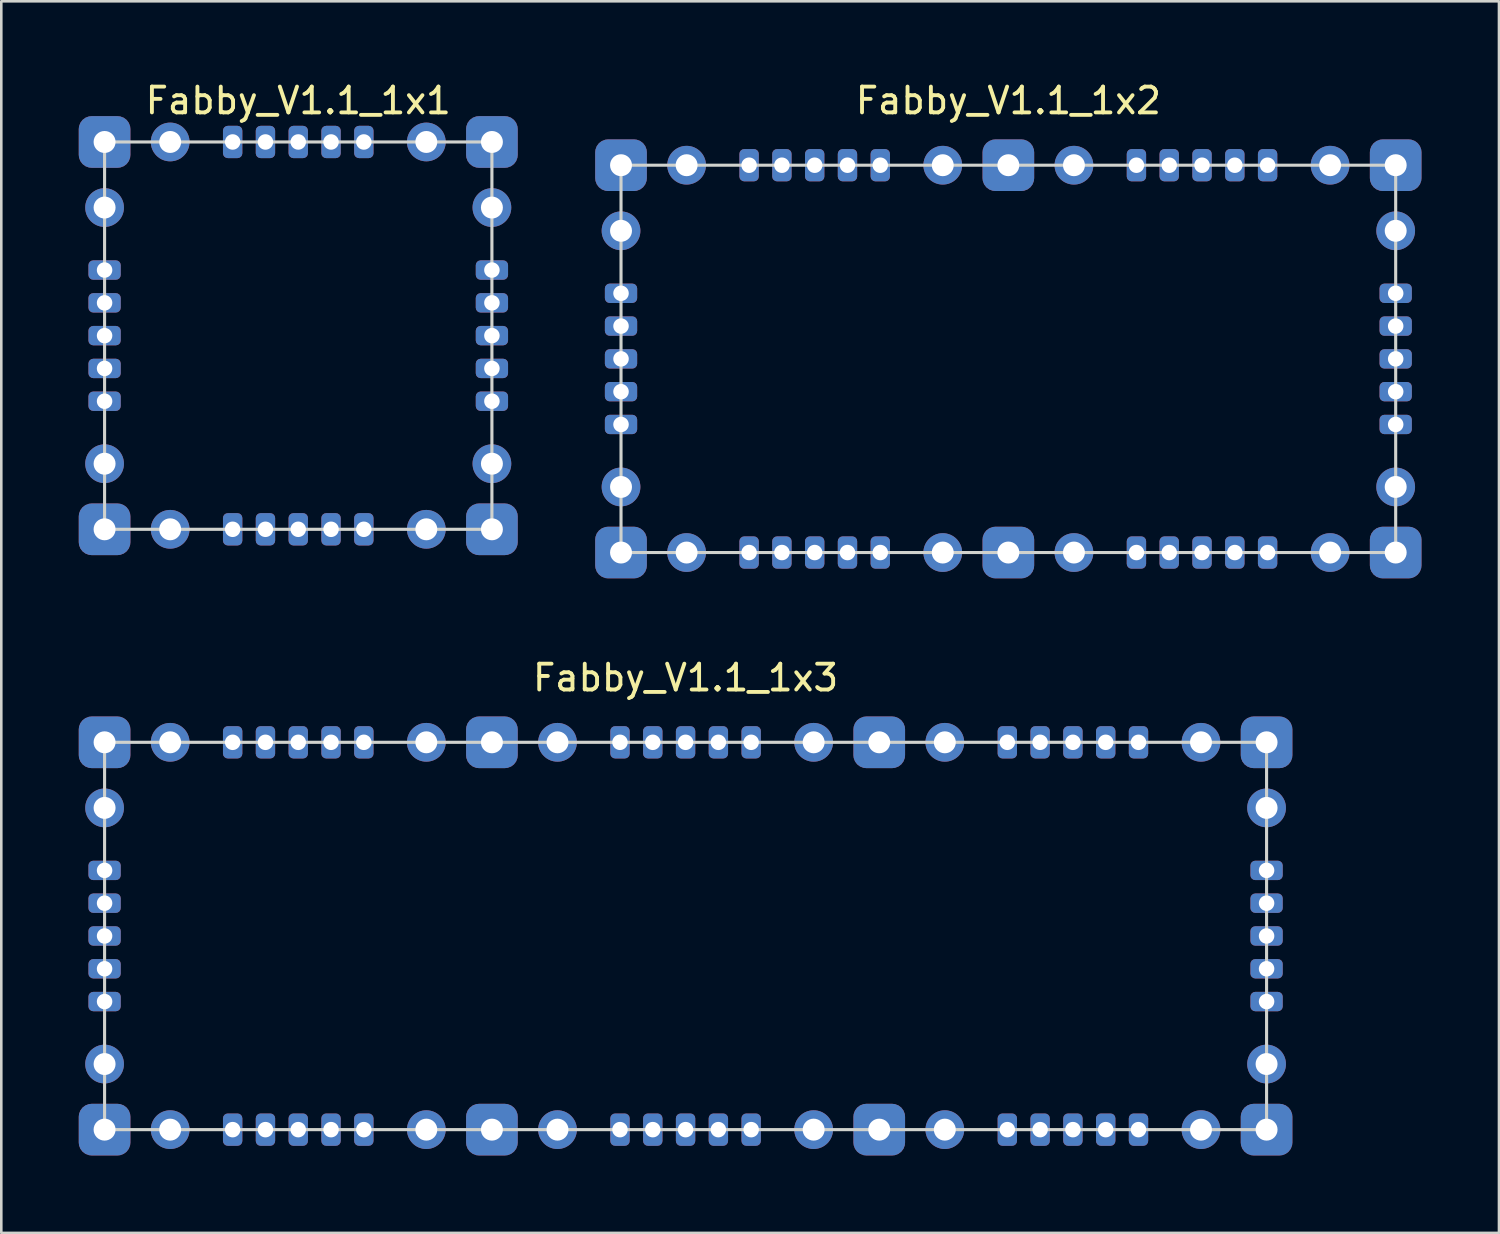
<source format=kicad_pcb>
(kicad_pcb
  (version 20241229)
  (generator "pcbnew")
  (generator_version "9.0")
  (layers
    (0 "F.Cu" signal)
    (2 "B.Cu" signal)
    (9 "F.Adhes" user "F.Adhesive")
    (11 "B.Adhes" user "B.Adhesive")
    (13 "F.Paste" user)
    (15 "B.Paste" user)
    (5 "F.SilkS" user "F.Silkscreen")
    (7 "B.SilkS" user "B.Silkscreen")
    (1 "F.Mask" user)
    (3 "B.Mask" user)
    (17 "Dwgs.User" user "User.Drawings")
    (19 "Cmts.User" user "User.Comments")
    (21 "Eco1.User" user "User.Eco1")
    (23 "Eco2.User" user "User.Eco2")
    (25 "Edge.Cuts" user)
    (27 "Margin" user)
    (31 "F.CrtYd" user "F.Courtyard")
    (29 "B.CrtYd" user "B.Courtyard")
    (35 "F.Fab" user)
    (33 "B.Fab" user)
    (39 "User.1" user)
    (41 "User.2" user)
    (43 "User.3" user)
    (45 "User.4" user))
  (footprint "Fabby_V1.1_1x2"
    (layer "F.Cu")
    (at 36 18.348)
    (property "Reference" "Fabby_V1.1_1x2" (at 0 -17.5 0) (layer "F.SilkS") (effects (font (size 1 1) (thickness 0.15))))
    (attr through_hole)
    (fp_line (start -15 -15) (end 15 -15) (stroke (width 0.12) (type solid)) (layer "Edge.Cuts"))
    (fp_line (start -15 0) (end -15 -15) (stroke (width 0.12) (type solid)) (layer "Edge.Cuts"))
    (fp_line (start 15 -15) (end 15 0) (stroke (width 0.12) (type solid)) (layer "Edge.Cuts"))
    (fp_line (start 15 0) (end -15 0) (stroke (width 0.12) (type solid)) (layer "Edge.Cuts"))
    (pad "1" thru_hole roundrect (at -15 -15 270) (size 2 2) (drill 0.85) (layers "*.Cu" "*.Mask") (roundrect_rratio 0.25))
    (pad "2" thru_hole circle (at -12.46 -15 270) (size 1.5 1.5) (drill 0.85) (layers "*.Cu" "*.Mask"))
    (pad "3" thru_hole circle (at -2.54 -15 270) (size 1.5 1.5) (drill 0.85) (layers "*.Cu" "*.Mask"))
    (pad "4" thru_hole roundrect (at 0 -15 270) (size 2 2) (drill 0.85) (layers "*.Cu" "*.Mask") (roundrect_rratio 0.25))
    (pad "5" thru_hole circle (at 2.54 -15 270) (size 1.5 1.5) (drill 0.85) (layers "*.Cu" "*.Mask"))
    (pad "6" thru_hole circle (at 12.46 -15 270) (size 1.5 1.5) (drill 0.85) (layers "*.Cu" "*.Mask"))
    (pad "7" thru_hole roundrect (at 15 -15 270) (size 2 2) (drill 0.85) (layers "*.Cu" "*.Mask") (roundrect_rratio 0.25))
    (pad "8" thru_hole circle (at 15 -12.46 270) (size 1.5 1.5) (drill 0.85) (layers "*.Cu" "*.Mask"))
    (pad "9" thru_hole circle (at 15 -2.54 270) (size 1.5 1.5) (drill 0.85) (layers "*.Cu" "*.Mask"))
    (pad "10" thru_hole roundrect (at 15 0 270) (size 2 2) (drill 0.85) (layers "*.Cu" "*.Mask") (roundrect_rratio 0.25))
    (pad "11" thru_hole circle (at 12.46 0 270) (size 1.5 1.5) (drill 0.85) (layers "*.Cu" "*.Mask"))
    (pad "12" thru_hole circle (at 2.54 0 270) (size 1.5 1.5) (drill 0.85) (layers "*.Cu" "*.Mask"))
    (pad "13" thru_hole roundrect (at 0 0 270) (size 2 2) (drill 0.85) (layers "*.Cu" "*.Mask") (roundrect_rratio 0.25))
    (pad "14" thru_hole circle (at -2.54 0 270) (size 1.5 1.5) (drill 0.85) (layers "*.Cu" "*.Mask"))
    (pad "15" thru_hole circle (at -12.46 0 270) (size 1.5 1.5) (drill 0.85) (layers "*.Cu" "*.Mask"))
    (pad "16" thru_hole roundrect (at -15 0 270) (size 2 2) (drill 0.85) (layers "*.Cu" "*.Mask") (roundrect_rratio 0.25))
    (pad "17" thru_hole circle (at -15 -2.54 270) (size 1.5 1.5) (drill 0.85) (layers "*.Cu" "*.Mask"))
    (pad "18" thru_hole circle (at -15 -12.46 270) (size 1.5 1.5) (drill 0.85) (layers "*.Cu" "*.Mask"))
    (pad "19" thru_hole roundrect (at -10.04 -15 90) (size 1.25 0.75) (drill 0.6) (layers "*.Cu" "*.Mask") (roundrect_rratio 0.25))
    (pad "20" thru_hole roundrect (at -8.77 -15 90) (size 1.25 0.75) (drill 0.6) (layers "*.Cu" "*.Mask") (roundrect_rratio 0.25))
    (pad "21" thru_hole roundrect (at -7.5 -15 90) (size 1.25 0.75) (drill 0.6) (layers "*.Cu" "*.Mask") (roundrect_rratio 0.25))
    (pad "22" thru_hole roundrect (at -6.23 -15 90) (size 1.25 0.75) (drill 0.6) (layers "*.Cu" "*.Mask") (roundrect_rratio 0.25))
    (pad "23" thru_hole roundrect (at -4.96 -15 90) (size 1.25 0.75) (drill 0.6) (layers "*.Cu" "*.Mask") (roundrect_rratio 0.25))
    (pad "24" thru_hole roundrect (at 4.96 -15 90) (size 1.25 0.75) (drill 0.6) (layers "*.Cu" "*.Mask") (roundrect_rratio 0.25))
    (pad "25" thru_hole roundrect (at 6.23 -15 90) (size 1.25 0.75) (drill 0.6) (layers "*.Cu" "*.Mask") (roundrect_rratio 0.25))
    (pad "26" thru_hole roundrect (at 7.5 -15 90) (size 1.25 0.75) (drill 0.6) (layers "*.Cu" "*.Mask") (roundrect_rratio 0.25))
    (pad "27" thru_hole roundrect (at 8.77 -15 90) (size 1.25 0.75) (drill 0.6) (layers "*.Cu" "*.Mask") (roundrect_rratio 0.25))
    (pad "28" thru_hole roundrect (at 10.04 -15 90) (size 1.25 0.75) (drill 0.6) (layers "*.Cu" "*.Mask") (roundrect_rratio 0.25))
    (pad "29" thru_hole roundrect (at 15 -10.04) (size 1.25 0.75) (drill 0.6) (layers "*.Cu" "*.Mask") (roundrect_rratio 0.25))
    (pad "30" thru_hole roundrect (at 15 -8.77) (size 1.25 0.75) (drill 0.6) (layers "*.Cu" "*.Mask") (roundrect_rratio 0.25))
    (pad "31" thru_hole roundrect (at 15 -7.5) (size 1.25 0.75) (drill 0.6) (layers "*.Cu" "*.Mask") (roundrect_rratio 0.25))
    (pad "32" thru_hole roundrect (at 15 -6.23) (size 1.25 0.75) (drill 0.6) (layers "*.Cu" "*.Mask") (roundrect_rratio 0.25))
    (pad "33" thru_hole roundrect (at 15 -4.96) (size 1.25 0.75) (drill 0.6) (layers "*.Cu" "*.Mask") (roundrect_rratio 0.25))
    (pad "34" thru_hole roundrect (at 10.04 0 270) (size 1.25 0.75) (drill 0.6) (layers "*.Cu" "*.Mask") (roundrect_rratio 0.25))
    (pad "35" thru_hole roundrect (at 8.77 0 270) (size 1.25 0.75) (drill 0.6) (layers "*.Cu" "*.Mask") (roundrect_rratio 0.25))
    (pad "36" thru_hole roundrect (at 7.5 0 270) (size 1.25 0.75) (drill 0.6) (layers "*.Cu" "*.Mask") (roundrect_rratio 0.25))
    (pad "37" thru_hole roundrect (at 6.23 0 270) (size 1.25 0.75) (drill 0.6) (layers "*.Cu" "*.Mask") (roundrect_rratio 0.25))
    (pad "38" thru_hole roundrect (at 4.96 0 270) (size 1.25 0.75) (drill 0.6) (layers "*.Cu" "*.Mask") (roundrect_rratio 0.25))
    (pad "39" thru_hole roundrect (at -4.96 0 270) (size 1.25 0.75) (drill 0.6) (layers "*.Cu" "*.Mask") (roundrect_rratio 0.25))
    (pad "40" thru_hole roundrect (at -6.23 0 270) (size 1.25 0.75) (drill 0.6) (layers "*.Cu" "*.Mask") (roundrect_rratio 0.25))
    (pad "41" thru_hole roundrect (at -7.5 0 270) (size 1.25 0.75) (drill 0.6) (layers "*.Cu" "*.Mask") (roundrect_rratio 0.25))
    (pad "42" thru_hole roundrect (at -8.77 0 270) (size 1.25 0.75) (drill 0.6) (layers "*.Cu" "*.Mask") (roundrect_rratio 0.25))
    (pad "43" thru_hole roundrect (at -10.04 0 270) (size 1.25 0.75) (drill 0.6) (layers "*.Cu" "*.Mask") (roundrect_rratio 0.25))
    (pad "44" thru_hole roundrect (at -15 -4.96) (size 1.25 0.75) (drill 0.6) (layers "*.Cu" "*.Mask") (roundrect_rratio 0.25))
    (pad "45" thru_hole roundrect (at -15 -6.23) (size 1.25 0.75) (drill 0.6) (layers "*.Cu" "*.Mask") (roundrect_rratio 0.25))
    (pad "46" thru_hole roundrect (at -15 -7.5) (size 1.25 0.75) (drill 0.6) (layers "*.Cu" "*.Mask") (roundrect_rratio 0.25))
    (pad "47" thru_hole roundrect (at -15 -8.77) (size 1.25 0.75) (drill 0.6) (layers "*.Cu" "*.Mask") (roundrect_rratio 0.25))
    (pad "48" thru_hole roundrect (at -15 -10.04) (size 1.25 0.75) (drill 0.6) (layers "*.Cu" "*.Mask") (roundrect_rratio 0.25)))
  (footprint "Fabby_V1.1_1x1"
    (layer "F.Cu")
    (at 8.5 9.948)
    (property "Reference" "Fabby_V1.1_1x1" (at 0 -9.1 0) (layer "F.SilkS") (effects (font (size 1 1) (thickness 0.15))))
    (attr through_hole)
    (fp_line (start -7.5 -7.5) (end 7.5 -7.5) (stroke (width 0.12) (type solid)) (layer "Edge.Cuts"))
    (fp_line (start -7.5 7.5) (end -7.5 -7.5) (stroke (width 0.12) (type solid)) (layer "Edge.Cuts"))
    (fp_line (start 7.5 -7.5) (end 7.5 7.5) (stroke (width 0.12) (type solid)) (layer "Edge.Cuts"))
    (fp_line (start 7.5 7.5) (end -7.5 7.5) (stroke (width 0.12) (type solid)) (layer "Edge.Cuts"))
    (pad "1" thru_hole roundrect (at -7.5 -7.5 270) (size 2 2) (drill 0.85) (layers "*.Cu" "*.Mask") (roundrect_rratio 0.25))
    (pad "2" thru_hole circle (at -4.96 -7.5 270) (size 1.5 1.5) (drill 0.85) (layers "*.Cu" "*.Mask"))
    (pad "3" thru_hole circle (at 4.96 -7.5 270) (size 1.5 1.5) (drill 0.85) (layers "*.Cu" "*.Mask"))
    (pad "4" thru_hole roundrect (at 7.5 -7.5 270) (size 2 2) (drill 0.85) (layers "*.Cu" "*.Mask") (roundrect_rratio 0.25))
    (pad "4" thru_hole roundrect (at 7.5 7.5 270) (size 2 2) (drill 0.85) (layers "*.Cu" "*.Mask") (roundrect_rratio 0.25))
    (pad "5" thru_hole circle (at 7.5 -4.96 270) (size 1.5 1.5) (drill 0.85) (layers "*.Cu" "*.Mask"))
    (pad "7" thru_hole circle (at 7.5 4.96 270) (size 1.5 1.5) (drill 0.85) (layers "*.Cu" "*.Mask"))
    (pad "8" thru_hole circle (at 4.96 7.5 270) (size 1.5 1.5) (drill 0.85) (layers "*.Cu" "*.Mask"))
    (pad "9" thru_hole circle (at -4.96 7.5 270) (size 1.5 1.5) (drill 0.85) (layers "*.Cu" "*.Mask"))
    (pad "10" thru_hole roundrect (at -7.5 7.5 270) (size 2 2) (drill 0.85) (layers "*.Cu" "*.Mask") (roundrect_rratio 0.25))
    (pad "11" thru_hole circle (at -7.5 4.96 270) (size 1.5 1.5) (drill 0.85) (layers "*.Cu" "*.Mask"))
    (pad "12" thru_hole circle (at -7.5 -4.96 270) (size 1.5 1.5) (drill 0.85) (layers "*.Cu" "*.Mask"))
    (pad "13" thru_hole roundrect (at -2.54 -7.5 90) (size 1.25 0.75) (drill 0.6) (layers "*.Cu" "*.Mask") (roundrect_rratio 0.25))
    (pad "14" thru_hole roundrect (at -1.27 -7.5 90) (size 1.25 0.75) (drill 0.6) (layers "*.Cu" "*.Mask") (roundrect_rratio 0.25))
    (pad "15" thru_hole roundrect (at 0 -7.5 90) (size 1.25 0.75) (drill 0.6) (layers "*.Cu" "*.Mask") (roundrect_rratio 0.25))
    (pad "16" thru_hole roundrect (at 1.27 -7.5 90) (size 1.25 0.75) (drill 0.6) (layers "*.Cu" "*.Mask") (roundrect_rratio 0.25))
    (pad "17" thru_hole roundrect (at 2.54 -7.5 90) (size 1.25 0.75) (drill 0.6) (layers "*.Cu" "*.Mask") (roundrect_rratio 0.25))
    (pad "18" thru_hole roundrect (at 7.5 -2.54 180) (size 1.25 0.75) (drill 0.6) (layers "*.Cu" "*.Mask") (roundrect_rratio 0.25))
    (pad "19" thru_hole roundrect (at 7.5 -1.27 180) (size 1.25 0.75) (drill 0.6) (layers "*.Cu" "*.Mask") (roundrect_rratio 0.25))
    (pad "20" thru_hole roundrect (at 7.5 0 180) (size 1.25 0.75) (drill 0.6) (layers "*.Cu" "*.Mask") (roundrect_rratio 0.25))
    (pad "21" thru_hole roundrect (at 7.5 1.27 180) (size 1.25 0.75) (drill 0.6) (layers "*.Cu" "*.Mask") (roundrect_rratio 0.25))
    (pad "22" thru_hole roundrect (at 7.5 2.54 180) (size 1.25 0.75) (drill 0.6) (layers "*.Cu" "*.Mask") (roundrect_rratio 0.25))
    (pad "23" thru_hole roundrect (at 2.54 7.5 270) (size 1.25 0.75) (drill 0.6) (layers "*.Cu" "*.Mask") (roundrect_rratio 0.25))
    (pad "24" thru_hole roundrect (at 1.27 7.5 270) (size 1.25 0.75) (drill 0.6) (layers "*.Cu" "*.Mask") (roundrect_rratio 0.25))
    (pad "25" thru_hole roundrect (at 0 7.5 270) (size 1.25 0.75) (drill 0.6) (layers "*.Cu" "*.Mask") (roundrect_rratio 0.25))
    (pad "26" thru_hole roundrect (at -1.27 7.5 270) (size 1.25 0.75) (drill 0.6) (layers "*.Cu" "*.Mask") (roundrect_rratio 0.25))
    (pad "27" thru_hole roundrect (at -2.54 7.5 270) (size 1.25 0.75) (drill 0.6) (layers "*.Cu" "*.Mask") (roundrect_rratio 0.25))
    (pad "28" thru_hole roundrect (at -7.5 2.54) (size 1.25 0.75) (drill 0.6) (layers "*.Cu" "*.Mask") (roundrect_rratio 0.25))
    (pad "29" thru_hole roundrect (at -7.5 1.27) (size 1.25 0.75) (drill 0.6) (layers "*.Cu" "*.Mask") (roundrect_rratio 0.25))
    (pad "30" thru_hole roundrect (at -7.5 0) (size 1.25 0.75) (drill 0.6) (layers "*.Cu" "*.Mask") (roundrect_rratio 0.25))
    (pad "31" thru_hole roundrect (at -7.5 -1.27) (size 1.25 0.75) (drill 0.6) (layers "*.Cu" "*.Mask") (roundrect_rratio 0.25))
    (pad "32" thru_hole roundrect (at -7.5 -2.54) (size 1.25 0.75) (drill 0.6) (layers "*.Cu" "*.Mask") (roundrect_rratio 0.25)))
  (footprint "Fabby_V1.1_1x3"
    (layer "F.Cu")
    (at 23.5 33.197)
    (property "Reference" "Fabby_V1.1_1x3" (at 0 -10 0) (layer "F.SilkS") (effects (font (size 1 1) (thickness 0.15))))
    (attr through_hole)
    (fp_line (start -22.5 -7.5) (end 22.5 -7.5) (stroke (width 0.12) (type solid)) (layer "Edge.Cuts"))
    (fp_line (start -22.5 7.5) (end -22.5 -7.5) (stroke (width 0.12) (type solid)) (layer "Edge.Cuts"))
    (fp_line (start 22.5 -7.5) (end 22.5 7.5) (stroke (width 0.12) (type solid)) (layer "Edge.Cuts"))
    (fp_line (start 22.5 7.5) (end -22.5 7.5) (stroke (width 0.12) (type solid)) (layer "Edge.Cuts"))
    (pad "1" thru_hole roundrect (at -22.5 -7.5 270) (size 2 2) (drill 0.85) (layers "*.Cu" "*.Mask") (roundrect_rratio 0.25))
    (pad "2" thru_hole circle (at -19.96 -7.5 270) (size 1.5 1.5) (drill 0.85) (layers "*.Cu" "*.Mask"))
    (pad "3" thru_hole circle (at -10.04 -7.5 270) (size 1.5 1.5) (drill 0.85) (layers "*.Cu" "*.Mask"))
    (pad "4" thru_hole roundrect (at -7.5 -7.5 270) (size 2 2) (drill 0.85) (layers "*.Cu" "*.Mask") (roundrect_rratio 0.25))
    (pad "5" thru_hole circle (at -4.96 -7.5 270) (size 1.5 1.5) (drill 0.85) (layers "*.Cu" "*.Mask"))
    (pad "6" thru_hole circle (at 4.96 -7.5 270) (size 1.5 1.5) (drill 0.85) (layers "*.Cu" "*.Mask"))
    (pad "7" thru_hole roundrect (at 7.5 -7.5 270) (size 2 2) (drill 0.85) (layers "*.Cu" "*.Mask") (roundrect_rratio 0.25))
    (pad "8" thru_hole circle (at 10.04 -7.5 270) (size 1.5 1.5) (drill 0.85) (layers "*.Cu" "*.Mask"))
    (pad "9" thru_hole circle (at 19.96 -7.5 270) (size 1.5 1.5) (drill 0.85) (layers "*.Cu" "*.Mask"))
    (pad "10" thru_hole roundrect (at 22.5 -7.5 270) (size 2 2) (drill 0.85) (layers "*.Cu" "*.Mask") (roundrect_rratio 0.25))
    (pad "11" thru_hole circle (at 22.5 -4.96 270) (size 1.5 1.5) (drill 0.85) (layers "*.Cu" "*.Mask"))
    (pad "12" thru_hole circle (at 22.5 4.96 270) (size 1.5 1.5) (drill 0.85) (layers "*.Cu" "*.Mask"))
    (pad "13" thru_hole roundrect (at 22.5 7.5 270) (size 2 2) (drill 0.85) (layers "*.Cu" "*.Mask") (roundrect_rratio 0.25))
    (pad "14" thru_hole circle (at 19.96 7.5 270) (size 1.5 1.5) (drill 0.85) (layers "*.Cu" "*.Mask"))
    (pad "15" thru_hole circle (at 10.04 7.5 270) (size 1.5 1.5) (drill 0.85) (layers "*.Cu" "*.Mask"))
    (pad "16" thru_hole roundrect (at 7.5 7.5 270) (size 2 2) (drill 0.85) (layers "*.Cu" "*.Mask") (roundrect_rratio 0.25))
    (pad "17" thru_hole circle (at 4.96 7.5 270) (size 1.5 1.5) (drill 0.85) (layers "*.Cu" "*.Mask"))
    (pad "18" thru_hole circle (at -4.96 7.5 270) (size 1.5 1.5) (drill 0.85) (layers "*.Cu" "*.Mask"))
    (pad "19" thru_hole roundrect (at -7.5 7.5 270) (size 2 2) (drill 0.85) (layers "*.Cu" "*.Mask") (roundrect_rratio 0.25))
    (pad "20" thru_hole circle (at -10.04 7.5 270) (size 1.5 1.5) (drill 0.85) (layers "*.Cu" "*.Mask"))
    (pad "21" thru_hole circle (at -19.96 7.5 270) (size 1.5 1.5) (drill 0.85) (layers "*.Cu" "*.Mask"))
    (pad "22" thru_hole roundrect (at -22.5 7.5 270) (size 2 2) (drill 0.85) (layers "*.Cu" "*.Mask") (roundrect_rratio 0.25))
    (pad "23" thru_hole circle (at -22.5 4.96 270) (size 1.5 1.5) (drill 0.85) (layers "*.Cu" "*.Mask"))
    (pad "24" thru_hole circle (at -22.5 -4.96 270) (size 1.5 1.5) (drill 0.85) (layers "*.Cu" "*.Mask"))
    (pad "25" thru_hole roundrect (at -17.54 -7.5 90) (size 1.25 0.75) (drill 0.6) (layers "*.Cu" "*.Mask") (roundrect_rratio 0.25))
    (pad "26" thru_hole roundrect (at -16.27 -7.5 90) (size 1.25 0.75) (drill 0.6) (layers "*.Cu" "*.Mask") (roundrect_rratio 0.25))
    (pad "27" thru_hole roundrect (at -15 -7.5 90) (size 1.25 0.75) (drill 0.6) (layers "*.Cu" "*.Mask") (roundrect_rratio 0.25))
    (pad "28" thru_hole roundrect (at -13.73 -7.5 90) (size 1.25 0.75) (drill 0.6) (layers "*.Cu" "*.Mask") (roundrect_rratio 0.25))
    (pad "29" thru_hole roundrect (at -12.46 -7.5 90) (size 1.25 0.75) (drill 0.6) (layers "*.Cu" "*.Mask") (roundrect_rratio 0.25))
    (pad "30" thru_hole roundrect (at -2.54 -7.5 90) (size 1.25 0.75) (drill 0.6) (layers "*.Cu" "*.Mask") (roundrect_rratio 0.25))
    (pad "31" thru_hole roundrect (at -1.27 -7.5 90) (size 1.25 0.75) (drill 0.6) (layers "*.Cu" "*.Mask") (roundrect_rratio 0.25))
    (pad "32" thru_hole roundrect (at 0 -7.5 90) (size 1.25 0.75) (drill 0.6) (layers "*.Cu" "*.Mask") (roundrect_rratio 0.25))
    (pad "33" thru_hole roundrect (at 1.27 -7.5 90) (size 1.25 0.75) (drill 0.6) (layers "*.Cu" "*.Mask") (roundrect_rratio 0.25))
    (pad "34" thru_hole roundrect (at 2.54 -7.5 90) (size 1.25 0.75) (drill 0.6) (layers "*.Cu" "*.Mask") (roundrect_rratio 0.25))
    (pad "35" thru_hole roundrect (at 12.46 -7.5 90) (size 1.25 0.75) (drill 0.6) (layers "*.Cu" "*.Mask") (roundrect_rratio 0.25))
    (pad "36" thru_hole roundrect (at 13.73 -7.5 90) (size 1.25 0.75) (drill 0.6) (layers "*.Cu" "*.Mask") (roundrect_rratio 0.25))
    (pad "37" thru_hole roundrect (at 15 -7.5 90) (size 1.25 0.75) (drill 0.6) (layers "*.Cu" "*.Mask") (roundrect_rratio 0.25))
    (pad "38" thru_hole roundrect (at 16.27 -7.5 90) (size 1.25 0.75) (drill 0.6) (layers "*.Cu" "*.Mask") (roundrect_rratio 0.25))
    (pad "39" thru_hole roundrect (at 17.54 -7.5 90) (size 1.25 0.75) (drill 0.6) (layers "*.Cu" "*.Mask") (roundrect_rratio 0.25))
    (pad "40" thru_hole roundrect (at 22.5 -2.54) (size 1.25 0.75) (drill 0.6) (layers "*.Cu" "*.Mask") (roundrect_rratio 0.25))
    (pad "41" thru_hole roundrect (at 22.5 -1.27) (size 1.25 0.75) (drill 0.6) (layers "*.Cu" "*.Mask") (roundrect_rratio 0.25))
    (pad "42" thru_hole roundrect (at 22.5 0) (size 1.25 0.75) (drill 0.6) (layers "*.Cu" "*.Mask") (roundrect_rratio 0.25))
    (pad "43" thru_hole roundrect (at 22.5 1.27) (size 1.25 0.75) (drill 0.6) (layers "*.Cu" "*.Mask") (roundrect_rratio 0.25))
    (pad "44" thru_hole roundrect (at 22.5 2.54) (size 1.25 0.75) (drill 0.6) (layers "*.Cu" "*.Mask") (roundrect_rratio 0.25))
    (pad "45" thru_hole roundrect (at 17.54 7.5 270) (size 1.25 0.75) (drill 0.6) (layers "*.Cu" "*.Mask") (roundrect_rratio 0.25))
    (pad "46" thru_hole roundrect (at 16.27 7.5 270) (size 1.25 0.75) (drill 0.6) (layers "*.Cu" "*.Mask") (roundrect_rratio 0.25))
    (pad "47" thru_hole roundrect (at 15 7.5 270) (size 1.25 0.75) (drill 0.6) (layers "*.Cu" "*.Mask") (roundrect_rratio 0.25))
    (pad "48" thru_hole roundrect (at 13.73 7.5 270) (size 1.25 0.75) (drill 0.6) (layers "*.Cu" "*.Mask") (roundrect_rratio 0.25))
    (pad "49" thru_hole roundrect (at 12.46 7.5 270) (size 1.25 0.75) (drill 0.6) (layers "*.Cu" "*.Mask") (roundrect_rratio 0.25))
    (pad "50" thru_hole roundrect (at 2.54 7.5 270) (size 1.25 0.75) (drill 0.6) (layers "*.Cu" "*.Mask") (roundrect_rratio 0.25))
    (pad "51" thru_hole roundrect (at 1.27 7.5 270) (size 1.25 0.75) (drill 0.6) (layers "*.Cu" "*.Mask") (roundrect_rratio 0.25))
    (pad "52" thru_hole roundrect (at 0 7.5 270) (size 1.25 0.75) (drill 0.6) (layers "*.Cu" "*.Mask") (roundrect_rratio 0.25))
    (pad "53" thru_hole roundrect (at -1.27 7.5 270) (size 1.25 0.75) (drill 0.6) (layers "*.Cu" "*.Mask") (roundrect_rratio 0.25))
    (pad "54" thru_hole roundrect (at -2.54 7.5 270) (size 1.25 0.75) (drill 0.6) (layers "*.Cu" "*.Mask") (roundrect_rratio 0.25))
    (pad "55" thru_hole roundrect (at -12.46 7.5 270) (size 1.25 0.75) (drill 0.6) (layers "*.Cu" "*.Mask") (roundrect_rratio 0.25))
    (pad "56" thru_hole roundrect (at -13.73 7.5 270) (size 1.25 0.75) (drill 0.6) (layers "*.Cu" "*.Mask") (roundrect_rratio 0.25))
    (pad "57" thru_hole roundrect (at -15 7.5 270) (size 1.25 0.75) (drill 0.6) (layers "*.Cu" "*.Mask") (roundrect_rratio 0.25))
    (pad "58" thru_hole roundrect (at -16.27 7.5 270) (size 1.25 0.75) (drill 0.6) (layers "*.Cu" "*.Mask") (roundrect_rratio 0.25))
    (pad "59" thru_hole roundrect (at -17.54 7.5 270) (size 1.25 0.75) (drill 0.6) (layers "*.Cu" "*.Mask") (roundrect_rratio 0.25))
    (pad "60" thru_hole roundrect (at -22.5 2.54) (size 1.25 0.75) (drill 0.6) (layers "*.Cu" "*.Mask") (roundrect_rratio 0.25))
    (pad "61" thru_hole roundrect (at -22.5 1.27) (size 1.25 0.75) (drill 0.6) (layers "*.Cu" "*.Mask") (roundrect_rratio 0.25))
    (pad "62" thru_hole roundrect (at -22.5 0) (size 1.25 0.75) (drill 0.6) (layers "*.Cu" "*.Mask") (roundrect_rratio 0.25))
    (pad "63" thru_hole roundrect (at -22.5 -1.27) (size 1.25 0.75) (drill 0.6) (layers "*.Cu" "*.Mask") (roundrect_rratio 0.25))
    (pad "64" thru_hole roundrect (at -22.5 -2.54) (size 1.25 0.75) (drill 0.6) (layers "*.Cu" "*.Mask") (roundrect_rratio 0.25)))
  (gr_rect
    (start -3 -3)
    (end 55 44.697)
    (stroke (width 0.1) (type default))
    (fill no)
    (layer "Edge.Cuts")))
</source>
